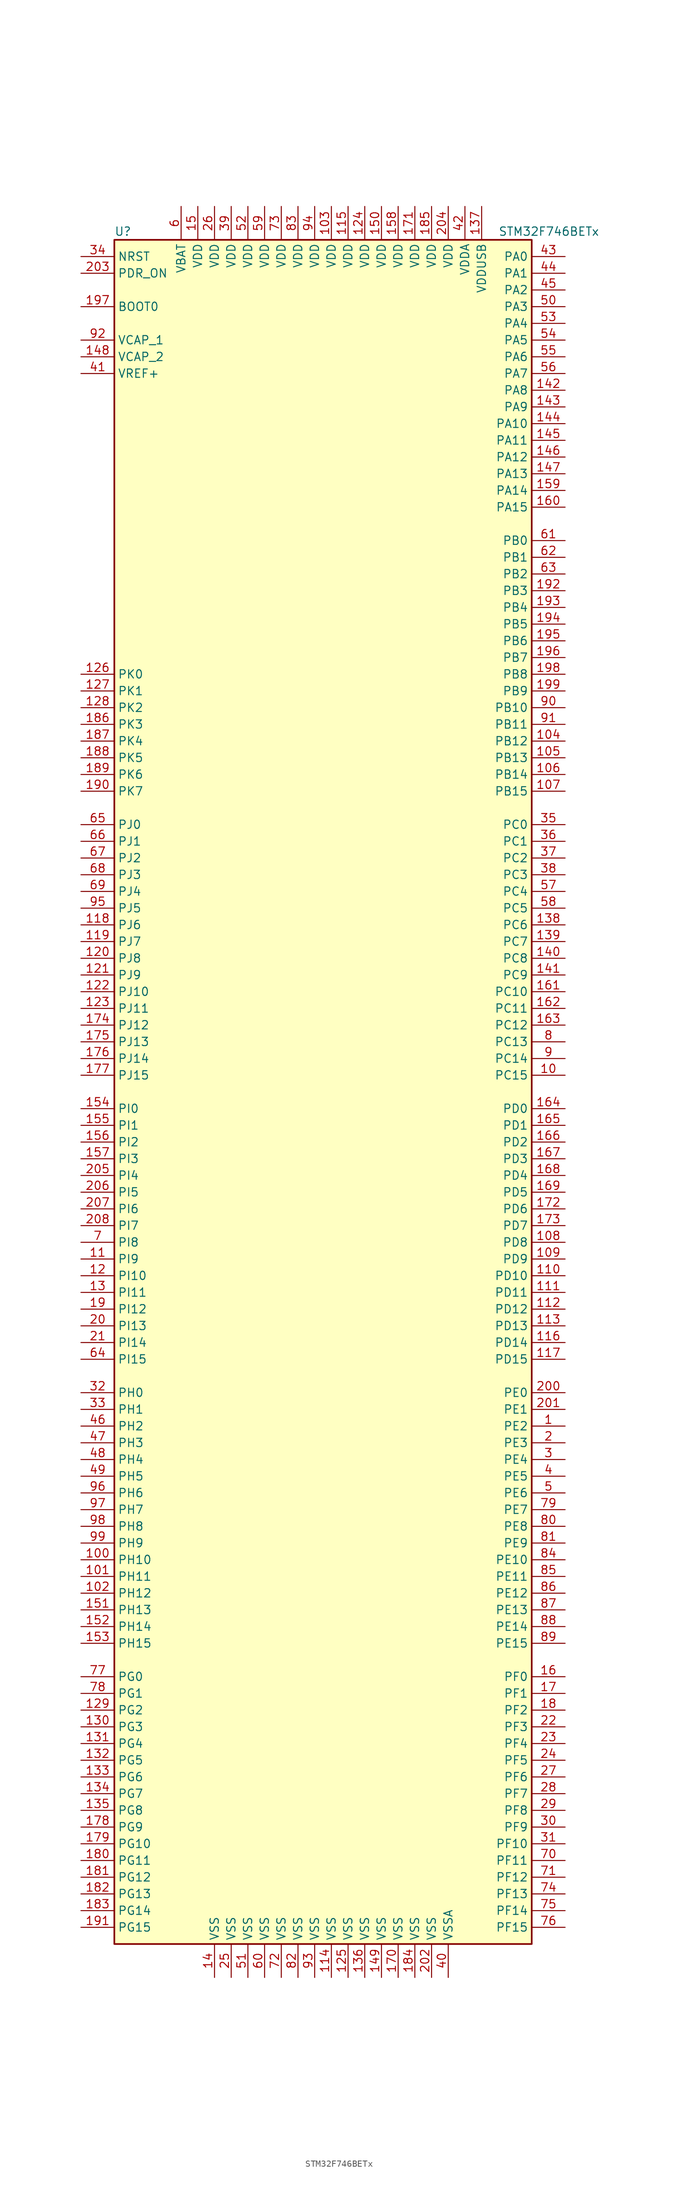
<source format=kicad_sym>
(kicad_symbol_lib
  (version 20201005)
  (generator kicad_symbol_editor)
  (symbol "MCU_ST_STM32F7:STM32F746BETx"
    (property "Reference" "U"
      (at -33.02 130.81 0)
      (effects (font (size 1.27 1.27)) (justify left)))
    (property "Value" "STM32F746BETx"
      (at 25.4 130.81 0)
      (effects (font (size 1.27 1.27)) (justify left)))
    (symbol "STM32F746BETx_0_1"
      (rectangle (start -33.02 -129.54) (end 30.48 129.54) (stroke (width 0.254)) (fill (type background))))
    (symbol "STM32F746BETx_1_1"
      (pin input line (at -38.1 119.38 0) (length 5.08) (name "BOOT0" (effects (font (size 1.27 1.27)))) (number "197" (effects (font (size 1.27 1.27)))))
      (pin input line (at -38.1 127 0) (length 5.08) (name "NRST" (effects (font (size 1.27 1.27)))) (number "34" (effects (font (size 1.27 1.27)))))
      (pin bidirectional line (at 35.56 127 180) (length 5.08) (name "PA0" (effects (font (size 1.27 1.27)))) (number "43" (effects (font (size 1.27 1.27)))))
      (pin bidirectional line (at 35.56 124.46 180) (length 5.08) (name "PA1" (effects (font (size 1.27 1.27)))) (number "44" (effects (font (size 1.27 1.27)))))
      (pin bidirectional line (at 35.56 101.6 180) (length 5.08) (name "PA10" (effects (font (size 1.27 1.27)))) (number "144" (effects (font (size 1.27 1.27)))))
      (pin bidirectional line (at 35.56 99.06 180) (length 5.08) (name "PA11" (effects (font (size 1.27 1.27)))) (number "145" (effects (font (size 1.27 1.27)))))
      (pin bidirectional line (at 35.56 96.52 180) (length 5.08) (name "PA12" (effects (font (size 1.27 1.27)))) (number "146" (effects (font (size 1.27 1.27)))))
      (pin bidirectional line (at 35.56 93.98 180) (length 5.08) (name "PA13" (effects (font (size 1.27 1.27)))) (number "147" (effects (font (size 1.27 1.27)))))
      (pin bidirectional line (at 35.56 91.44 180) (length 5.08) (name "PA14" (effects (font (size 1.27 1.27)))) (number "159" (effects (font (size 1.27 1.27)))))
      (pin bidirectional line (at 35.56 88.9 180) (length 5.08) (name "PA15" (effects (font (size 1.27 1.27)))) (number "160" (effects (font (size 1.27 1.27)))))
      (pin bidirectional line (at 35.56 121.92 180) (length 5.08) (name "PA2" (effects (font (size 1.27 1.27)))) (number "45" (effects (font (size 1.27 1.27)))))
      (pin bidirectional line (at 35.56 119.38 180) (length 5.08) (name "PA3" (effects (font (size 1.27 1.27)))) (number "50" (effects (font (size 1.27 1.27)))))
      (pin bidirectional line (at 35.56 116.84 180) (length 5.08) (name "PA4" (effects (font (size 1.27 1.27)))) (number "53" (effects (font (size 1.27 1.27)))))
      (pin bidirectional line (at 35.56 114.3 180) (length 5.08) (name "PA5" (effects (font (size 1.27 1.27)))) (number "54" (effects (font (size 1.27 1.27)))))
      (pin bidirectional line (at 35.56 111.76 180) (length 5.08) (name "PA6" (effects (font (size 1.27 1.27)))) (number "55" (effects (font (size 1.27 1.27)))))
      (pin bidirectional line (at 35.56 109.22 180) (length 5.08) (name "PA7" (effects (font (size 1.27 1.27)))) (number "56" (effects (font (size 1.27 1.27)))))
      (pin bidirectional line (at 35.56 106.68 180) (length 5.08) (name "PA8" (effects (font (size 1.27 1.27)))) (number "142" (effects (font (size 1.27 1.27)))))
      (pin bidirectional line (at 35.56 104.14 180) (length 5.08) (name "PA9" (effects (font (size 1.27 1.27)))) (number "143" (effects (font (size 1.27 1.27)))))
      (pin bidirectional line (at 35.56 83.82 180) (length 5.08) (name "PB0" (effects (font (size 1.27 1.27)))) (number "61" (effects (font (size 1.27 1.27)))))
      (pin bidirectional line (at 35.56 81.28 180) (length 5.08) (name "PB1" (effects (font (size 1.27 1.27)))) (number "62" (effects (font (size 1.27 1.27)))))
      (pin bidirectional line (at 35.56 58.42 180) (length 5.08) (name "PB10" (effects (font (size 1.27 1.27)))) (number "90" (effects (font (size 1.27 1.27)))))
      (pin bidirectional line (at 35.56 55.88 180) (length 5.08) (name "PB11" (effects (font (size 1.27 1.27)))) (number "91" (effects (font (size 1.27 1.27)))))
      (pin bidirectional line (at 35.56 53.34 180) (length 5.08) (name "PB12" (effects (font (size 1.27 1.27)))) (number "104" (effects (font (size 1.27 1.27)))))
      (pin bidirectional line (at 35.56 50.8 180) (length 5.08) (name "PB13" (effects (font (size 1.27 1.27)))) (number "105" (effects (font (size 1.27 1.27)))))
      (pin bidirectional line (at 35.56 48.26 180) (length 5.08) (name "PB14" (effects (font (size 1.27 1.27)))) (number "106" (effects (font (size 1.27 1.27)))))
      (pin bidirectional line (at 35.56 45.72 180) (length 5.08) (name "PB15" (effects (font (size 1.27 1.27)))) (number "107" (effects (font (size 1.27 1.27)))))
      (pin bidirectional line (at 35.56 78.74 180) (length 5.08) (name "PB2" (effects (font (size 1.27 1.27)))) (number "63" (effects (font (size 1.27 1.27)))))
      (pin bidirectional line (at 35.56 76.2 180) (length 5.08) (name "PB3" (effects (font (size 1.27 1.27)))) (number "192" (effects (font (size 1.27 1.27)))))
      (pin bidirectional line (at 35.56 73.66 180) (length 5.08) (name "PB4" (effects (font (size 1.27 1.27)))) (number "193" (effects (font (size 1.27 1.27)))))
      (pin bidirectional line (at 35.56 71.12 180) (length 5.08) (name "PB5" (effects (font (size 1.27 1.27)))) (number "194" (effects (font (size 1.27 1.27)))))
      (pin bidirectional line (at 35.56 68.58 180) (length 5.08) (name "PB6" (effects (font (size 1.27 1.27)))) (number "195" (effects (font (size 1.27 1.27)))))
      (pin bidirectional line (at 35.56 66.04 180) (length 5.08) (name "PB7" (effects (font (size 1.27 1.27)))) (number "196" (effects (font (size 1.27 1.27)))))
      (pin bidirectional line (at 35.56 63.5 180) (length 5.08) (name "PB8" (effects (font (size 1.27 1.27)))) (number "198" (effects (font (size 1.27 1.27)))))
      (pin bidirectional line (at 35.56 60.96 180) (length 5.08) (name "PB9" (effects (font (size 1.27 1.27)))) (number "199" (effects (font (size 1.27 1.27)))))
      (pin bidirectional line (at 35.56 40.64 180) (length 5.08) (name "PC0" (effects (font (size 1.27 1.27)))) (number "35" (effects (font (size 1.27 1.27)))))
      (pin bidirectional line (at 35.56 38.1 180) (length 5.08) (name "PC1" (effects (font (size 1.27 1.27)))) (number "36" (effects (font (size 1.27 1.27)))))
      (pin bidirectional line (at 35.56 15.24 180) (length 5.08) (name "PC10" (effects (font (size 1.27 1.27)))) (number "161" (effects (font (size 1.27 1.27)))))
      (pin bidirectional line (at 35.56 12.7 180) (length 5.08) (name "PC11" (effects (font (size 1.27 1.27)))) (number "162" (effects (font (size 1.27 1.27)))))
      (pin bidirectional line (at 35.56 10.16 180) (length 5.08) (name "PC12" (effects (font (size 1.27 1.27)))) (number "163" (effects (font (size 1.27 1.27)))))
      (pin bidirectional line (at 35.56 7.62 180) (length 5.08) (name "PC13" (effects (font (size 1.27 1.27)))) (number "8" (effects (font (size 1.27 1.27)))))
      (pin bidirectional line (at 35.56 5.08 180) (length 5.08) (name "PC14" (effects (font (size 1.27 1.27)))) (number "9" (effects (font (size 1.27 1.27)))))
      (pin bidirectional line (at 35.56 2.54 180) (length 5.08) (name "PC15" (effects (font (size 1.27 1.27)))) (number "10" (effects (font (size 1.27 1.27)))))
      (pin bidirectional line (at 35.56 35.56 180) (length 5.08) (name "PC2" (effects (font (size 1.27 1.27)))) (number "37" (effects (font (size 1.27 1.27)))))
      (pin bidirectional line (at 35.56 33.02 180) (length 5.08) (name "PC3" (effects (font (size 1.27 1.27)))) (number "38" (effects (font (size 1.27 1.27)))))
      (pin bidirectional line (at 35.56 30.48 180) (length 5.08) (name "PC4" (effects (font (size 1.27 1.27)))) (number "57" (effects (font (size 1.27 1.27)))))
      (pin bidirectional line (at 35.56 27.94 180) (length 5.08) (name "PC5" (effects (font (size 1.27 1.27)))) (number "58" (effects (font (size 1.27 1.27)))))
      (pin bidirectional line (at 35.56 25.4 180) (length 5.08) (name "PC6" (effects (font (size 1.27 1.27)))) (number "138" (effects (font (size 1.27 1.27)))))
      (pin bidirectional line (at 35.56 22.86 180) (length 5.08) (name "PC7" (effects (font (size 1.27 1.27)))) (number "139" (effects (font (size 1.27 1.27)))))
      (pin bidirectional line (at 35.56 20.32 180) (length 5.08) (name "PC8" (effects (font (size 1.27 1.27)))) (number "140" (effects (font (size 1.27 1.27)))))
      (pin bidirectional line (at 35.56 17.78 180) (length 5.08) (name "PC9" (effects (font (size 1.27 1.27)))) (number "141" (effects (font (size 1.27 1.27)))))
      (pin bidirectional line (at 35.56 -2.54 180) (length 5.08) (name "PD0" (effects (font (size 1.27 1.27)))) (number "164" (effects (font (size 1.27 1.27)))))
      (pin bidirectional line (at 35.56 -5.08 180) (length 5.08) (name "PD1" (effects (font (size 1.27 1.27)))) (number "165" (effects (font (size 1.27 1.27)))))
      (pin bidirectional line (at 35.56 -27.94 180) (length 5.08) (name "PD10" (effects (font (size 1.27 1.27)))) (number "110" (effects (font (size 1.27 1.27)))))
      (pin bidirectional line (at 35.56 -30.48 180) (length 5.08) (name "PD11" (effects (font (size 1.27 1.27)))) (number "111" (effects (font (size 1.27 1.27)))))
      (pin bidirectional line (at 35.56 -33.02 180) (length 5.08) (name "PD12" (effects (font (size 1.27 1.27)))) (number "112" (effects (font (size 1.27 1.27)))))
      (pin bidirectional line (at 35.56 -35.56 180) (length 5.08) (name "PD13" (effects (font (size 1.27 1.27)))) (number "113" (effects (font (size 1.27 1.27)))))
      (pin bidirectional line (at 35.56 -38.1 180) (length 5.08) (name "PD14" (effects (font (size 1.27 1.27)))) (number "116" (effects (font (size 1.27 1.27)))))
      (pin bidirectional line (at 35.56 -40.64 180) (length 5.08) (name "PD15" (effects (font (size 1.27 1.27)))) (number "117" (effects (font (size 1.27 1.27)))))
      (pin bidirectional line (at 35.56 -7.62 180) (length 5.08) (name "PD2" (effects (font (size 1.27 1.27)))) (number "166" (effects (font (size 1.27 1.27)))))
      (pin bidirectional line (at 35.56 -10.16 180) (length 5.08) (name "PD3" (effects (font (size 1.27 1.27)))) (number "167" (effects (font (size 1.27 1.27)))))
      (pin bidirectional line (at 35.56 -12.7 180) (length 5.08) (name "PD4" (effects (font (size 1.27 1.27)))) (number "168" (effects (font (size 1.27 1.27)))))
      (pin bidirectional line (at 35.56 -15.24 180) (length 5.08) (name "PD5" (effects (font (size 1.27 1.27)))) (number "169" (effects (font (size 1.27 1.27)))))
      (pin bidirectional line (at 35.56 -17.78 180) (length 5.08) (name "PD6" (effects (font (size 1.27 1.27)))) (number "172" (effects (font (size 1.27 1.27)))))
      (pin bidirectional line (at 35.56 -20.32 180) (length 5.08) (name "PD7" (effects (font (size 1.27 1.27)))) (number "173" (effects (font (size 1.27 1.27)))))
      (pin bidirectional line (at 35.56 -22.86 180) (length 5.08) (name "PD8" (effects (font (size 1.27 1.27)))) (number "108" (effects (font (size 1.27 1.27)))))
      (pin bidirectional line (at 35.56 -25.4 180) (length 5.08) (name "PD9" (effects (font (size 1.27 1.27)))) (number "109" (effects (font (size 1.27 1.27)))))
      (pin input line (at -38.1 124.46 0) (length 5.08) (name "PDR_ON" (effects (font (size 1.27 1.27)))) (number "203" (effects (font (size 1.27 1.27)))))
      (pin bidirectional line (at 35.56 -45.72 180) (length 5.08) (name "PE0" (effects (font (size 1.27 1.27)))) (number "200" (effects (font (size 1.27 1.27)))))
      (pin bidirectional line (at 35.56 -48.26 180) (length 5.08) (name "PE1" (effects (font (size 1.27 1.27)))) (number "201" (effects (font (size 1.27 1.27)))))
      (pin bidirectional line (at 35.56 -71.12 180) (length 5.08) (name "PE10" (effects (font (size 1.27 1.27)))) (number "84" (effects (font (size 1.27 1.27)))))
      (pin bidirectional line (at 35.56 -73.66 180) (length 5.08) (name "PE11" (effects (font (size 1.27 1.27)))) (number "85" (effects (font (size 1.27 1.27)))))
      (pin bidirectional line (at 35.56 -76.2 180) (length 5.08) (name "PE12" (effects (font (size 1.27 1.27)))) (number "86" (effects (font (size 1.27 1.27)))))
      (pin bidirectional line (at 35.56 -78.74 180) (length 5.08) (name "PE13" (effects (font (size 1.27 1.27)))) (number "87" (effects (font (size 1.27 1.27)))))
      (pin bidirectional line (at 35.56 -81.28 180) (length 5.08) (name "PE14" (effects (font (size 1.27 1.27)))) (number "88" (effects (font (size 1.27 1.27)))))
      (pin bidirectional line (at 35.56 -83.82 180) (length 5.08) (name "PE15" (effects (font (size 1.27 1.27)))) (number "89" (effects (font (size 1.27 1.27)))))
      (pin bidirectional line (at 35.56 -50.8 180) (length 5.08) (name "PE2" (effects (font (size 1.27 1.27)))) (number "1" (effects (font (size 1.27 1.27)))))
      (pin bidirectional line (at 35.56 -53.34 180) (length 5.08) (name "PE3" (effects (font (size 1.27 1.27)))) (number "2" (effects (font (size 1.27 1.27)))))
      (pin bidirectional line (at 35.56 -55.88 180) (length 5.08) (name "PE4" (effects (font (size 1.27 1.27)))) (number "3" (effects (font (size 1.27 1.27)))))
      (pin bidirectional line (at 35.56 -58.42 180) (length 5.08) (name "PE5" (effects (font (size 1.27 1.27)))) (number "4" (effects (font (size 1.27 1.27)))))
      (pin bidirectional line (at 35.56 -60.96 180) (length 5.08) (name "PE6" (effects (font (size 1.27 1.27)))) (number "5" (effects (font (size 1.27 1.27)))))
      (pin bidirectional line (at 35.56 -63.5 180) (length 5.08) (name "PE7" (effects (font (size 1.27 1.27)))) (number "79" (effects (font (size 1.27 1.27)))))
      (pin bidirectional line (at 35.56 -66.04 180) (length 5.08) (name "PE8" (effects (font (size 1.27 1.27)))) (number "80" (effects (font (size 1.27 1.27)))))
      (pin bidirectional line (at 35.56 -68.58 180) (length 5.08) (name "PE9" (effects (font (size 1.27 1.27)))) (number "81" (effects (font (size 1.27 1.27)))))
      (pin bidirectional line (at 35.56 -88.9 180) (length 5.08) (name "PF0" (effects (font (size 1.27 1.27)))) (number "16" (effects (font (size 1.27 1.27)))))
      (pin bidirectional line (at 35.56 -91.44 180) (length 5.08) (name "PF1" (effects (font (size 1.27 1.27)))) (number "17" (effects (font (size 1.27 1.27)))))
      (pin bidirectional line (at 35.56 -114.3 180) (length 5.08) (name "PF10" (effects (font (size 1.27 1.27)))) (number "31" (effects (font (size 1.27 1.27)))))
      (pin bidirectional line (at 35.56 -116.84 180) (length 5.08) (name "PF11" (effects (font (size 1.27 1.27)))) (number "70" (effects (font (size 1.27 1.27)))))
      (pin bidirectional line (at 35.56 -119.38 180) (length 5.08) (name "PF12" (effects (font (size 1.27 1.27)))) (number "71" (effects (font (size 1.27 1.27)))))
      (pin bidirectional line (at 35.56 -121.92 180) (length 5.08) (name "PF13" (effects (font (size 1.27 1.27)))) (number "74" (effects (font (size 1.27 1.27)))))
      (pin bidirectional line (at 35.56 -124.46 180) (length 5.08) (name "PF14" (effects (font (size 1.27 1.27)))) (number "75" (effects (font (size 1.27 1.27)))))
      (pin bidirectional line (at 35.56 -127 180) (length 5.08) (name "PF15" (effects (font (size 1.27 1.27)))) (number "76" (effects (font (size 1.27 1.27)))))
      (pin bidirectional line (at 35.56 -93.98 180) (length 5.08) (name "PF2" (effects (font (size 1.27 1.27)))) (number "18" (effects (font (size 1.27 1.27)))))
      (pin bidirectional line (at 35.56 -96.52 180) (length 5.08) (name "PF3" (effects (font (size 1.27 1.27)))) (number "22" (effects (font (size 1.27 1.27)))))
      (pin bidirectional line (at 35.56 -99.06 180) (length 5.08) (name "PF4" (effects (font (size 1.27 1.27)))) (number "23" (effects (font (size 1.27 1.27)))))
      (pin bidirectional line (at 35.56 -101.6 180) (length 5.08) (name "PF5" (effects (font (size 1.27 1.27)))) (number "24" (effects (font (size 1.27 1.27)))))
      (pin bidirectional line (at 35.56 -104.14 180) (length 5.08) (name "PF6" (effects (font (size 1.27 1.27)))) (number "27" (effects (font (size 1.27 1.27)))))
      (pin bidirectional line (at 35.56 -106.68 180) (length 5.08) (name "PF7" (effects (font (size 1.27 1.27)))) (number "28" (effects (font (size 1.27 1.27)))))
      (pin bidirectional line (at 35.56 -109.22 180) (length 5.08) (name "PF8" (effects (font (size 1.27 1.27)))) (number "29" (effects (font (size 1.27 1.27)))))
      (pin bidirectional line (at 35.56 -111.76 180) (length 5.08) (name "PF9" (effects (font (size 1.27 1.27)))) (number "30" (effects (font (size 1.27 1.27)))))
      (pin bidirectional line (at -38.1 -88.9 0) (length 5.08) (name "PG0" (effects (font (size 1.27 1.27)))) (number "77" (effects (font (size 1.27 1.27)))))
      (pin bidirectional line (at -38.1 -91.44 0) (length 5.08) (name "PG1" (effects (font (size 1.27 1.27)))) (number "78" (effects (font (size 1.27 1.27)))))
      (pin bidirectional line (at -38.1 -114.3 0) (length 5.08) (name "PG10" (effects (font (size 1.27 1.27)))) (number "179" (effects (font (size 1.27 1.27)))))
      (pin bidirectional line (at -38.1 -116.84 0) (length 5.08) (name "PG11" (effects (font (size 1.27 1.27)))) (number "180" (effects (font (size 1.27 1.27)))))
      (pin bidirectional line (at -38.1 -119.38 0) (length 5.08) (name "PG12" (effects (font (size 1.27 1.27)))) (number "181" (effects (font (size 1.27 1.27)))))
      (pin bidirectional line (at -38.1 -121.92 0) (length 5.08) (name "PG13" (effects (font (size 1.27 1.27)))) (number "182" (effects (font (size 1.27 1.27)))))
      (pin bidirectional line (at -38.1 -124.46 0) (length 5.08) (name "PG14" (effects (font (size 1.27 1.27)))) (number "183" (effects (font (size 1.27 1.27)))))
      (pin bidirectional line (at -38.1 -127 0) (length 5.08) (name "PG15" (effects (font (size 1.27 1.27)))) (number "191" (effects (font (size 1.27 1.27)))))
      (pin bidirectional line (at -38.1 -93.98 0) (length 5.08) (name "PG2" (effects (font (size 1.27 1.27)))) (number "129" (effects (font (size 1.27 1.27)))))
      (pin bidirectional line (at -38.1 -96.52 0) (length 5.08) (name "PG3" (effects (font (size 1.27 1.27)))) (number "130" (effects (font (size 1.27 1.27)))))
      (pin bidirectional line (at -38.1 -99.06 0) (length 5.08) (name "PG4" (effects (font (size 1.27 1.27)))) (number "131" (effects (font (size 1.27 1.27)))))
      (pin bidirectional line (at -38.1 -101.6 0) (length 5.08) (name "PG5" (effects (font (size 1.27 1.27)))) (number "132" (effects (font (size 1.27 1.27)))))
      (pin bidirectional line (at -38.1 -104.14 0) (length 5.08) (name "PG6" (effects (font (size 1.27 1.27)))) (number "133" (effects (font (size 1.27 1.27)))))
      (pin bidirectional line (at -38.1 -106.68 0) (length 5.08) (name "PG7" (effects (font (size 1.27 1.27)))) (number "134" (effects (font (size 1.27 1.27)))))
      (pin bidirectional line (at -38.1 -109.22 0) (length 5.08) (name "PG8" (effects (font (size 1.27 1.27)))) (number "135" (effects (font (size 1.27 1.27)))))
      (pin bidirectional line (at -38.1 -111.76 0) (length 5.08) (name "PG9" (effects (font (size 1.27 1.27)))) (number "178" (effects (font (size 1.27 1.27)))))
      (pin input line (at -38.1 -45.72 0) (length 5.08) (name "PH0" (effects (font (size 1.27 1.27)))) (number "32" (effects (font (size 1.27 1.27)))))
      (pin input line (at -38.1 -48.26 0) (length 5.08) (name "PH1" (effects (font (size 1.27 1.27)))) (number "33" (effects (font (size 1.27 1.27)))))
      (pin bidirectional line (at -38.1 -71.12 0) (length 5.08) (name "PH10" (effects (font (size 1.27 1.27)))) (number "100" (effects (font (size 1.27 1.27)))))
      (pin bidirectional line (at -38.1 -73.66 0) (length 5.08) (name "PH11" (effects (font (size 1.27 1.27)))) (number "101" (effects (font (size 1.27 1.27)))))
      (pin bidirectional line (at -38.1 -76.2 0) (length 5.08) (name "PH12" (effects (font (size 1.27 1.27)))) (number "102" (effects (font (size 1.27 1.27)))))
      (pin bidirectional line (at -38.1 -78.74 0) (length 5.08) (name "PH13" (effects (font (size 1.27 1.27)))) (number "151" (effects (font (size 1.27 1.27)))))
      (pin bidirectional line (at -38.1 -81.28 0) (length 5.08) (name "PH14" (effects (font (size 1.27 1.27)))) (number "152" (effects (font (size 1.27 1.27)))))
      (pin bidirectional line (at -38.1 -83.82 0) (length 5.08) (name "PH15" (effects (font (size 1.27 1.27)))) (number "153" (effects (font (size 1.27 1.27)))))
      (pin bidirectional line (at -38.1 -50.8 0) (length 5.08) (name "PH2" (effects (font (size 1.27 1.27)))) (number "46" (effects (font (size 1.27 1.27)))))
      (pin bidirectional line (at -38.1 -53.34 0) (length 5.08) (name "PH3" (effects (font (size 1.27 1.27)))) (number "47" (effects (font (size 1.27 1.27)))))
      (pin bidirectional line (at -38.1 -55.88 0) (length 5.08) (name "PH4" (effects (font (size 1.27 1.27)))) (number "48" (effects (font (size 1.27 1.27)))))
      (pin bidirectional line (at -38.1 -58.42 0) (length 5.08) (name "PH5" (effects (font (size 1.27 1.27)))) (number "49" (effects (font (size 1.27 1.27)))))
      (pin bidirectional line (at -38.1 -60.96 0) (length 5.08) (name "PH6" (effects (font (size 1.27 1.27)))) (number "96" (effects (font (size 1.27 1.27)))))
      (pin bidirectional line (at -38.1 -63.5 0) (length 5.08) (name "PH7" (effects (font (size 1.27 1.27)))) (number "97" (effects (font (size 1.27 1.27)))))
      (pin bidirectional line (at -38.1 -66.04 0) (length 5.08) (name "PH8" (effects (font (size 1.27 1.27)))) (number "98" (effects (font (size 1.27 1.27)))))
      (pin bidirectional line (at -38.1 -68.58 0) (length 5.08) (name "PH9" (effects (font (size 1.27 1.27)))) (number "99" (effects (font (size 1.27 1.27)))))
      (pin bidirectional line (at -38.1 -2.54 0) (length 5.08) (name "PI0" (effects (font (size 1.27 1.27)))) (number "154" (effects (font (size 1.27 1.27)))))
      (pin bidirectional line (at -38.1 -5.08 0) (length 5.08) (name "PI1" (effects (font (size 1.27 1.27)))) (number "155" (effects (font (size 1.27 1.27)))))
      (pin bidirectional line (at -38.1 -27.94 0) (length 5.08) (name "PI10" (effects (font (size 1.27 1.27)))) (number "12" (effects (font (size 1.27 1.27)))))
      (pin bidirectional line (at -38.1 -30.48 0) (length 5.08) (name "PI11" (effects (font (size 1.27 1.27)))) (number "13" (effects (font (size 1.27 1.27)))))
      (pin bidirectional line (at -38.1 -33.02 0) (length 5.08) (name "PI12" (effects (font (size 1.27 1.27)))) (number "19" (effects (font (size 1.27 1.27)))))
      (pin bidirectional line (at -38.1 -35.56 0) (length 5.08) (name "PI13" (effects (font (size 1.27 1.27)))) (number "20" (effects (font (size 1.27 1.27)))))
      (pin bidirectional line (at -38.1 -38.1 0) (length 5.08) (name "PI14" (effects (font (size 1.27 1.27)))) (number "21" (effects (font (size 1.27 1.27)))))
      (pin bidirectional line (at -38.1 -40.64 0) (length 5.08) (name "PI15" (effects (font (size 1.27 1.27)))) (number "64" (effects (font (size 1.27 1.27)))))
      (pin bidirectional line (at -38.1 -7.62 0) (length 5.08) (name "PI2" (effects (font (size 1.27 1.27)))) (number "156" (effects (font (size 1.27 1.27)))))
      (pin bidirectional line (at -38.1 -10.16 0) (length 5.08) (name "PI3" (effects (font (size 1.27 1.27)))) (number "157" (effects (font (size 1.27 1.27)))))
      (pin bidirectional line (at -38.1 -12.7 0) (length 5.08) (name "PI4" (effects (font (size 1.27 1.27)))) (number "205" (effects (font (size 1.27 1.27)))))
      (pin bidirectional line (at -38.1 -15.24 0) (length 5.08) (name "PI5" (effects (font (size 1.27 1.27)))) (number "206" (effects (font (size 1.27 1.27)))))
      (pin bidirectional line (at -38.1 -17.78 0) (length 5.08) (name "PI6" (effects (font (size 1.27 1.27)))) (number "207" (effects (font (size 1.27 1.27)))))
      (pin bidirectional line (at -38.1 -20.32 0) (length 5.08) (name "PI7" (effects (font (size 1.27 1.27)))) (number "208" (effects (font (size 1.27 1.27)))))
      (pin bidirectional line (at -38.1 -22.86 0) (length 5.08) (name "PI8" (effects (font (size 1.27 1.27)))) (number "7" (effects (font (size 1.27 1.27)))))
      (pin bidirectional line (at -38.1 -25.4 0) (length 5.08) (name "PI9" (effects (font (size 1.27 1.27)))) (number "11" (effects (font (size 1.27 1.27)))))
      (pin bidirectional line (at -38.1 40.64 0) (length 5.08) (name "PJ0" (effects (font (size 1.27 1.27)))) (number "65" (effects (font (size 1.27 1.27)))))
      (pin bidirectional line (at -38.1 38.1 0) (length 5.08) (name "PJ1" (effects (font (size 1.27 1.27)))) (number "66" (effects (font (size 1.27 1.27)))))
      (pin bidirectional line (at -38.1 15.24 0) (length 5.08) (name "PJ10" (effects (font (size 1.27 1.27)))) (number "122" (effects (font (size 1.27 1.27)))))
      (pin bidirectional line (at -38.1 12.7 0) (length 5.08) (name "PJ11" (effects (font (size 1.27 1.27)))) (number "123" (effects (font (size 1.27 1.27)))))
      (pin bidirectional line (at -38.1 10.16 0) (length 5.08) (name "PJ12" (effects (font (size 1.27 1.27)))) (number "174" (effects (font (size 1.27 1.27)))))
      (pin bidirectional line (at -38.1 7.62 0) (length 5.08) (name "PJ13" (effects (font (size 1.27 1.27)))) (number "175" (effects (font (size 1.27 1.27)))))
      (pin bidirectional line (at -38.1 5.08 0) (length 5.08) (name "PJ14" (effects (font (size 1.27 1.27)))) (number "176" (effects (font (size 1.27 1.27)))))
      (pin bidirectional line (at -38.1 2.54 0) (length 5.08) (name "PJ15" (effects (font (size 1.27 1.27)))) (number "177" (effects (font (size 1.27 1.27)))))
      (pin bidirectional line (at -38.1 35.56 0) (length 5.08) (name "PJ2" (effects (font (size 1.27 1.27)))) (number "67" (effects (font (size 1.27 1.27)))))
      (pin bidirectional line (at -38.1 33.02 0) (length 5.08) (name "PJ3" (effects (font (size 1.27 1.27)))) (number "68" (effects (font (size 1.27 1.27)))))
      (pin bidirectional line (at -38.1 30.48 0) (length 5.08) (name "PJ4" (effects (font (size 1.27 1.27)))) (number "69" (effects (font (size 1.27 1.27)))))
      (pin bidirectional line (at -38.1 27.94 0) (length 5.08) (name "PJ5" (effects (font (size 1.27 1.27)))) (number "95" (effects (font (size 1.27 1.27)))))
      (pin bidirectional line (at -38.1 25.4 0) (length 5.08) (name "PJ6" (effects (font (size 1.27 1.27)))) (number "118" (effects (font (size 1.27 1.27)))))
      (pin bidirectional line (at -38.1 22.86 0) (length 5.08) (name "PJ7" (effects (font (size 1.27 1.27)))) (number "119" (effects (font (size 1.27 1.27)))))
      (pin bidirectional line (at -38.1 20.32 0) (length 5.08) (name "PJ8" (effects (font (size 1.27 1.27)))) (number "120" (effects (font (size 1.27 1.27)))))
      (pin bidirectional line (at -38.1 17.78 0) (length 5.08) (name "PJ9" (effects (font (size 1.27 1.27)))) (number "121" (effects (font (size 1.27 1.27)))))
      (pin bidirectional line (at -38.1 63.5 0) (length 5.08) (name "PK0" (effects (font (size 1.27 1.27)))) (number "126" (effects (font (size 1.27 1.27)))))
      (pin bidirectional line (at -38.1 60.96 0) (length 5.08) (name "PK1" (effects (font (size 1.27 1.27)))) (number "127" (effects (font (size 1.27 1.27)))))
      (pin bidirectional line (at -38.1 58.42 0) (length 5.08) (name "PK2" (effects (font (size 1.27 1.27)))) (number "128" (effects (font (size 1.27 1.27)))))
      (pin bidirectional line (at -38.1 55.88 0) (length 5.08) (name "PK3" (effects (font (size 1.27 1.27)))) (number "186" (effects (font (size 1.27 1.27)))))
      (pin bidirectional line (at -38.1 53.34 0) (length 5.08) (name "PK4" (effects (font (size 1.27 1.27)))) (number "187" (effects (font (size 1.27 1.27)))))
      (pin bidirectional line (at -38.1 50.8 0) (length 5.08) (name "PK5" (effects (font (size 1.27 1.27)))) (number "188" (effects (font (size 1.27 1.27)))))
      (pin bidirectional line (at -38.1 48.26 0) (length 5.08) (name "PK6" (effects (font (size 1.27 1.27)))) (number "189" (effects (font (size 1.27 1.27)))))
      (pin bidirectional line (at -38.1 45.72 0) (length 5.08) (name "PK7" (effects (font (size 1.27 1.27)))) (number "190" (effects (font (size 1.27 1.27)))))
      (pin power_in line (at -22.86 134.62 270) (length 5.08) (name "VBAT" (effects (font (size 1.27 1.27)))) (number "6" (effects (font (size 1.27 1.27)))))
      (pin power_in line (at -38.1 114.3 0) (length 5.08) (name "VCAP_1" (effects (font (size 1.27 1.27)))) (number "92" (effects (font (size 1.27 1.27)))))
      (pin power_in line (at -38.1 111.76 0) (length 5.08) (name "VCAP_2" (effects (font (size 1.27 1.27)))) (number "148" (effects (font (size 1.27 1.27)))))
      (pin power_in line (at 0 134.62 270) (length 5.08) (name "VDD" (effects (font (size 1.27 1.27)))) (number "103" (effects (font (size 1.27 1.27)))))
      (pin power_in line (at 2.54 134.62 270) (length 5.08) (name "VDD" (effects (font (size 1.27 1.27)))) (number "115" (effects (font (size 1.27 1.27)))))
      (pin power_in line (at 5.08 134.62 270) (length 5.08) (name "VDD" (effects (font (size 1.27 1.27)))) (number "124" (effects (font (size 1.27 1.27)))))
      (pin power_in line (at -20.32 134.62 270) (length 5.08) (name "VDD" (effects (font (size 1.27 1.27)))) (number "15" (effects (font (size 1.27 1.27)))))
      (pin power_in line (at 7.62 134.62 270) (length 5.08) (name "VDD" (effects (font (size 1.27 1.27)))) (number "150" (effects (font (size 1.27 1.27)))))
      (pin power_in line (at 10.16 134.62 270) (length 5.08) (name "VDD" (effects (font (size 1.27 1.27)))) (number "158" (effects (font (size 1.27 1.27)))))
      (pin power_in line (at 12.7 134.62 270) (length 5.08) (name "VDD" (effects (font (size 1.27 1.27)))) (number "171" (effects (font (size 1.27 1.27)))))
      (pin power_in line (at 15.24 134.62 270) (length 5.08) (name "VDD" (effects (font (size 1.27 1.27)))) (number "185" (effects (font (size 1.27 1.27)))))
      (pin power_in line (at 17.78 134.62 270) (length 5.08) (name "VDD" (effects (font (size 1.27 1.27)))) (number "204" (effects (font (size 1.27 1.27)))))
      (pin power_in line (at -17.78 134.62 270) (length 5.08) (name "VDD" (effects (font (size 1.27 1.27)))) (number "26" (effects (font (size 1.27 1.27)))))
      (pin power_in line (at -15.24 134.62 270) (length 5.08) (name "VDD" (effects (font (size 1.27 1.27)))) (number "39" (effects (font (size 1.27 1.27)))))
      (pin power_in line (at -12.7 134.62 270) (length 5.08) (name "VDD" (effects (font (size 1.27 1.27)))) (number "52" (effects (font (size 1.27 1.27)))))
      (pin power_in line (at -10.16 134.62 270) (length 5.08) (name "VDD" (effects (font (size 1.27 1.27)))) (number "59" (effects (font (size 1.27 1.27)))))
      (pin power_in line (at -7.62 134.62 270) (length 5.08) (name "VDD" (effects (font (size 1.27 1.27)))) (number "73" (effects (font (size 1.27 1.27)))))
      (pin power_in line (at -5.08 134.62 270) (length 5.08) (name "VDD" (effects (font (size 1.27 1.27)))) (number "83" (effects (font (size 1.27 1.27)))))
      (pin power_in line (at -2.54 134.62 270) (length 5.08) (name "VDD" (effects (font (size 1.27 1.27)))) (number "94" (effects (font (size 1.27 1.27)))))
      (pin power_in line (at 20.32 134.62 270) (length 5.08) (name "VDDA" (effects (font (size 1.27 1.27)))) (number "42" (effects (font (size 1.27 1.27)))))
      (pin power_in line (at 22.86 134.62 270) (length 5.08) (name "VDDUSB" (effects (font (size 1.27 1.27)))) (number "137" (effects (font (size 1.27 1.27)))))
      (pin power_in line (at -38.1 109.22 0) (length 5.08) (name "VREF+" (effects (font (size 1.27 1.27)))) (number "41" (effects (font (size 1.27 1.27)))))
      (pin power_in line (at 0 -134.62 90) (length 5.08) (name "VSS" (effects (font (size 1.27 1.27)))) (number "114" (effects (font (size 1.27 1.27)))))
      (pin power_in line (at 2.54 -134.62 90) (length 5.08) (name "VSS" (effects (font (size 1.27 1.27)))) (number "125" (effects (font (size 1.27 1.27)))))
      (pin power_in line (at 5.08 -134.62 90) (length 5.08) (name "VSS" (effects (font (size 1.27 1.27)))) (number "136" (effects (font (size 1.27 1.27)))))
      (pin power_in line (at -17.78 -134.62 90) (length 5.08) (name "VSS" (effects (font (size 1.27 1.27)))) (number "14" (effects (font (size 1.27 1.27)))))
      (pin power_in line (at 7.62 -134.62 90) (length 5.08) (name "VSS" (effects (font (size 1.27 1.27)))) (number "149" (effects (font (size 1.27 1.27)))))
      (pin power_in line (at 10.16 -134.62 90) (length 5.08) (name "VSS" (effects (font (size 1.27 1.27)))) (number "170" (effects (font (size 1.27 1.27)))))
      (pin power_in line (at 12.7 -134.62 90) (length 5.08) (name "VSS" (effects (font (size 1.27 1.27)))) (number "184" (effects (font (size 1.27 1.27)))))
      (pin power_in line (at 15.24 -134.62 90) (length 5.08) (name "VSS" (effects (font (size 1.27 1.27)))) (number "202" (effects (font (size 1.27 1.27)))))
      (pin power_in line (at -15.24 -134.62 90) (length 5.08) (name "VSS" (effects (font (size 1.27 1.27)))) (number "25" (effects (font (size 1.27 1.27)))))
      (pin power_in line (at -12.7 -134.62 90) (length 5.08) (name "VSS" (effects (font (size 1.27 1.27)))) (number "51" (effects (font (size 1.27 1.27)))))
      (pin power_in line (at -10.16 -134.62 90) (length 5.08) (name "VSS" (effects (font (size 1.27 1.27)))) (number "60" (effects (font (size 1.27 1.27)))))
      (pin power_in line (at -7.62 -134.62 90) (length 5.08) (name "VSS" (effects (font (size 1.27 1.27)))) (number "72" (effects (font (size 1.27 1.27)))))
      (pin power_in line (at -5.08 -134.62 90) (length 5.08) (name "VSS" (effects (font (size 1.27 1.27)))) (number "82" (effects (font (size 1.27 1.27)))))
      (pin power_in line (at -2.54 -134.62 90) (length 5.08) (name "VSS" (effects (font (size 1.27 1.27)))) (number "93" (effects (font (size 1.27 1.27)))))
      (pin power_in line (at 17.78 -134.62 90) (length 5.08) (name "VSSA" (effects (font (size 1.27 1.27)))) (number "40" (effects (font (size 1.27 1.27))))))))
</source>
